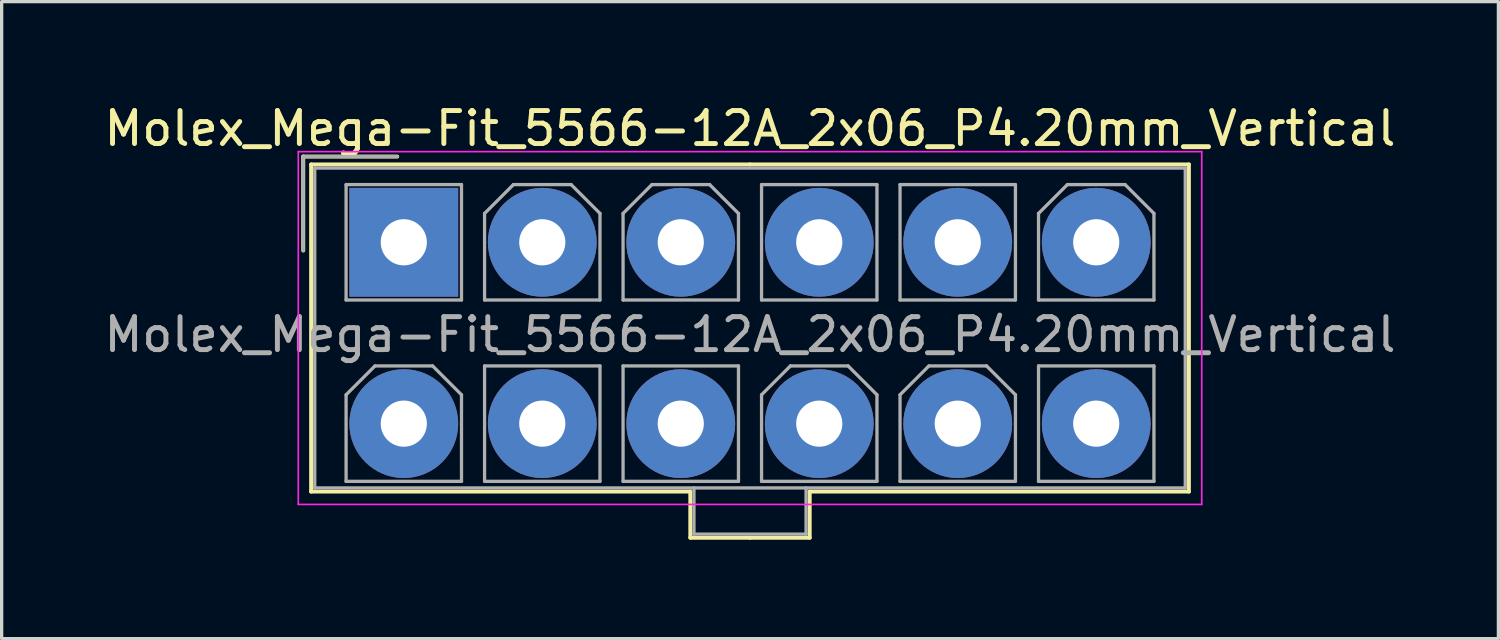
<source format=kicad_pcb>
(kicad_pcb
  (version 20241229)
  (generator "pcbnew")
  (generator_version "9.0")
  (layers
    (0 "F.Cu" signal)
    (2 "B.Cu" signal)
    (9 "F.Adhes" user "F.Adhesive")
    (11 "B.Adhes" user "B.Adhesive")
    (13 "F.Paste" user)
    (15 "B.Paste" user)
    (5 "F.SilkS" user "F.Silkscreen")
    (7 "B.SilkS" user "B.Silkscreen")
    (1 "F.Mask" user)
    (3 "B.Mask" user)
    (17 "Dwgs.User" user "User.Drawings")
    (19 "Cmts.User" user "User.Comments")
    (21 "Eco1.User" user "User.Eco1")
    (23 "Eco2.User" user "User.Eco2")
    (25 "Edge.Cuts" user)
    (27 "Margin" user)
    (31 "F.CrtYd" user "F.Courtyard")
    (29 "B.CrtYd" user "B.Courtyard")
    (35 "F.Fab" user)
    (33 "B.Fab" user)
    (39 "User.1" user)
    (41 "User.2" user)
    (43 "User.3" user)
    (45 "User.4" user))
  (footprint "Molex_Mega-Fit_5566-12A_2x06_P4.20mm_Vertical"
    (layer "F.Cu")
    (at 9.196 4.298)
    (property "Reference" "Molex_Mega-Fit_5566-12A_2x06_P4.20mm_Vertical" (at 10.5 -3.45 0) (layer "F.SilkS") (effects (font (size 1 1) (thickness 0.15))))
    (attr through_hole)
    (fp_line (start -3.05 -2.6) (end -3.05 0.25) (stroke (width 0.12) (type solid)) (layer "F.SilkS"))
    (fp_line (start -2.81 -2.36) (end -2.81 7.56) (stroke (width 0.12) (type solid)) (layer "F.SilkS"))
    (fp_line (start -2.81 7.56) (end 8.69 7.56) (stroke (width 0.12) (type solid)) (layer "F.SilkS"))
    (fp_line (start -0.2 -2.6) (end -3.05 -2.6) (stroke (width 0.12) (type solid)) (layer "F.SilkS"))
    (fp_line (start 8.69 7.56) (end 8.69 8.96) (stroke (width 0.12) (type solid)) (layer "F.SilkS"))
    (fp_line (start 8.69 8.96) (end 10.5 8.96) (stroke (width 0.12) (type solid)) (layer "F.SilkS"))
    (fp_line (start 10.5 -2.36) (end -2.81 -2.36) (stroke (width 0.12) (type solid)) (layer "F.SilkS"))
    (fp_line (start 10.5 -2.36) (end 23.81 -2.36) (stroke (width 0.12) (type solid)) (layer "F.SilkS"))
    (fp_line (start 12.31 7.56) (end 12.31 8.96) (stroke (width 0.12) (type solid)) (layer "F.SilkS"))
    (fp_line (start 12.31 8.96) (end 10.5 8.96) (stroke (width 0.12) (type solid)) (layer "F.SilkS"))
    (fp_line (start 23.81 -2.36) (end 23.81 7.56) (stroke (width 0.12) (type solid)) (layer "F.SilkS"))
    (fp_line (start 23.81 7.56) (end 12.31 7.56) (stroke (width 0.12) (type solid)) (layer "F.SilkS"))
    (fp_line (start -3.2 -2.75) (end -3.2 7.95) (stroke (width 0.05) (type solid)) (layer "F.CrtYd"))
    (fp_line (start -3.2 7.95) (end 24.2 7.95) (stroke (width 0.05) (type solid)) (layer "F.CrtYd"))
    (fp_line (start 24.2 -2.75) (end -3.2 -2.75) (stroke (width 0.05) (type solid)) (layer "F.CrtYd"))
    (fp_line (start 24.2 7.95) (end 24.2 -2.75) (stroke (width 0.05) (type solid)) (layer "F.CrtYd"))
    (fp_line (start -3.05 -2.6) (end -3.05 0.25) (stroke (width 0.1) (type solid)) (layer "F.Fab"))
    (fp_line (start -2.7 -2.25) (end -2.7 7.45) (stroke (width 0.1) (type solid)) (layer "F.Fab"))
    (fp_line (start -2.7 7.45) (end 23.7 7.45) (stroke (width 0.1) (type solid)) (layer "F.Fab"))
    (fp_line (start -1.75 -1.75) (end -1.75 1.75) (stroke (width 0.1) (type solid)) (layer "F.Fab"))
    (fp_line (start -1.75 1.75) (end 1.75 1.75) (stroke (width 0.1) (type solid)) (layer "F.Fab"))
    (fp_line (start -1.75 4.625) (end -0.875 3.75) (stroke (width 0.1) (type solid)) (layer "F.Fab"))
    (fp_line (start -1.75 7.25) (end -1.75 4.625) (stroke (width 0.1) (type solid)) (layer "F.Fab"))
    (fp_line (start -0.875 3.75) (end 0.875 3.75) (stroke (width 0.1) (type solid)) (layer "F.Fab"))
    (fp_line (start -0.2 -2.6) (end -3.05 -2.6) (stroke (width 0.1) (type solid)) (layer "F.Fab"))
    (fp_line (start 0.875 3.75) (end 1.75 4.625) (stroke (width 0.1) (type solid)) (layer "F.Fab"))
    (fp_line (start 1.75 -1.75) (end -1.75 -1.75) (stroke (width 0.1) (type solid)) (layer "F.Fab"))
    (fp_line (start 1.75 1.75) (end 1.75 -1.75) (stroke (width 0.1) (type solid)) (layer "F.Fab"))
    (fp_line (start 1.75 4.625) (end 1.75 7.25) (stroke (width 0.1) (type solid)) (layer "F.Fab"))
    (fp_line (start 1.75 7.25) (end -1.75 7.25) (stroke (width 0.1) (type solid)) (layer "F.Fab"))
    (fp_line (start 2.45 -0.875) (end 3.325 -1.75) (stroke (width 0.1) (type solid)) (layer "F.Fab"))
    (fp_line (start 2.45 1.75) (end 2.45 -0.875) (stroke (width 0.1) (type solid)) (layer "F.Fab"))
    (fp_line (start 2.45 3.75) (end 2.45 7.25) (stroke (width 0.1) (type solid)) (layer "F.Fab"))
    (fp_line (start 2.45 7.25) (end 5.95 7.25) (stroke (width 0.1) (type solid)) (layer "F.Fab"))
    (fp_line (start 3.325 -1.75) (end 5.075 -1.75) (stroke (width 0.1) (type solid)) (layer "F.Fab"))
    (fp_line (start 5.075 -1.75) (end 5.95 -0.875) (stroke (width 0.1) (type solid)) (layer "F.Fab"))
    (fp_line (start 5.95 -0.875) (end 5.95 1.75) (stroke (width 0.1) (type solid)) (layer "F.Fab"))
    (fp_line (start 5.95 1.75) (end 2.45 1.75) (stroke (width 0.1) (type solid)) (layer "F.Fab"))
    (fp_line (start 5.95 3.75) (end 2.45 3.75) (stroke (width 0.1) (type solid)) (layer "F.Fab"))
    (fp_line (start 5.95 7.25) (end 5.95 3.75) (stroke (width 0.1) (type solid)) (layer "F.Fab"))
    (fp_line (start 6.65 -0.875) (end 7.525 -1.75) (stroke (width 0.1) (type solid)) (layer "F.Fab"))
    (fp_line (start 6.65 1.75) (end 6.65 -0.875) (stroke (width 0.1) (type solid)) (layer "F.Fab"))
    (fp_line (start 6.65 3.75) (end 6.65 7.25) (stroke (width 0.1) (type solid)) (layer "F.Fab"))
    (fp_line (start 6.65 7.25) (end 10.15 7.25) (stroke (width 0.1) (type solid)) (layer "F.Fab"))
    (fp_line (start 7.525 -1.75) (end 9.275 -1.75) (stroke (width 0.1) (type solid)) (layer "F.Fab"))
    (fp_line (start 8.8 7.45) (end 8.8 8.85) (stroke (width 0.1) (type solid)) (layer "F.Fab"))
    (fp_line (start 8.8 8.85) (end 12.2 8.85) (stroke (width 0.1) (type solid)) (layer "F.Fab"))
    (fp_line (start 9.275 -1.75) (end 10.15 -0.875) (stroke (width 0.1) (type solid)) (layer "F.Fab"))
    (fp_line (start 10.15 -0.875) (end 10.15 1.75) (stroke (width 0.1) (type solid)) (layer "F.Fab"))
    (fp_line (start 10.15 1.75) (end 6.65 1.75) (stroke (width 0.1) (type solid)) (layer "F.Fab"))
    (fp_line (start 10.15 3.75) (end 6.65 3.75) (stroke (width 0.1) (type solid)) (layer "F.Fab"))
    (fp_line (start 10.15 7.25) (end 10.15 3.75) (stroke (width 0.1) (type solid)) (layer "F.Fab"))
    (fp_line (start 10.85 -1.75) (end 10.85 1.75) (stroke (width 0.1) (type solid)) (layer "F.Fab"))
    (fp_line (start 10.85 1.75) (end 14.35 1.75) (stroke (width 0.1) (type solid)) (layer "F.Fab"))
    (fp_line (start 10.85 4.625) (end 11.725 3.75) (stroke (width 0.1) (type solid)) (layer "F.Fab"))
    (fp_line (start 10.85 7.25) (end 10.85 4.625) (stroke (width 0.1) (type solid)) (layer "F.Fab"))
    (fp_line (start 11.725 3.75) (end 13.475 3.75) (stroke (width 0.1) (type solid)) (layer "F.Fab"))
    (fp_line (start 12.2 8.85) (end 12.2 7.45) (stroke (width 0.1) (type solid)) (layer "F.Fab"))
    (fp_line (start 13.475 3.75) (end 14.35 4.625) (stroke (width 0.1) (type solid)) (layer "F.Fab"))
    (fp_line (start 14.35 -1.75) (end 10.85 -1.75) (stroke (width 0.1) (type solid)) (layer "F.Fab"))
    (fp_line (start 14.35 1.75) (end 14.35 -1.75) (stroke (width 0.1) (type solid)) (layer "F.Fab"))
    (fp_line (start 14.35 4.625) (end 14.35 7.25) (stroke (width 0.1) (type solid)) (layer "F.Fab"))
    (fp_line (start 14.35 7.25) (end 10.85 7.25) (stroke (width 0.1) (type solid)) (layer "F.Fab"))
    (fp_line (start 15.05 -1.75) (end 15.05 1.75) (stroke (width 0.1) (type solid)) (layer "F.Fab"))
    (fp_line (start 15.05 1.75) (end 18.55 1.75) (stroke (width 0.1) (type solid)) (layer "F.Fab"))
    (fp_line (start 15.05 4.625) (end 15.925 3.75) (stroke (width 0.1) (type solid)) (layer "F.Fab"))
    (fp_line (start 15.05 7.25) (end 15.05 4.625) (stroke (width 0.1) (type solid)) (layer "F.Fab"))
    (fp_line (start 15.925 3.75) (end 17.675 3.75) (stroke (width 0.1) (type solid)) (layer "F.Fab"))
    (fp_line (start 17.675 3.75) (end 18.55 4.625) (stroke (width 0.1) (type solid)) (layer "F.Fab"))
    (fp_line (start 18.55 -1.75) (end 15.05 -1.75) (stroke (width 0.1) (type solid)) (layer "F.Fab"))
    (fp_line (start 18.55 1.75) (end 18.55 -1.75) (stroke (width 0.1) (type solid)) (layer "F.Fab"))
    (fp_line (start 18.55 4.625) (end 18.55 7.25) (stroke (width 0.1) (type solid)) (layer "F.Fab"))
    (fp_line (start 18.55 7.25) (end 15.05 7.25) (stroke (width 0.1) (type solid)) (layer "F.Fab"))
    (fp_line (start 19.25 -0.875) (end 20.125 -1.75) (stroke (width 0.1) (type solid)) (layer "F.Fab"))
    (fp_line (start 19.25 1.75) (end 19.25 -0.875) (stroke (width 0.1) (type solid)) (layer "F.Fab"))
    (fp_line (start 19.25 3.75) (end 19.25 7.25) (stroke (width 0.1) (type solid)) (layer "F.Fab"))
    (fp_line (start 19.25 7.25) (end 22.75 7.25) (stroke (width 0.1) (type solid)) (layer "F.Fab"))
    (fp_line (start 20.125 -1.75) (end 21.875 -1.75) (stroke (width 0.1) (type solid)) (layer "F.Fab"))
    (fp_line (start 21.875 -1.75) (end 22.75 -0.875) (stroke (width 0.1) (type solid)) (layer "F.Fab"))
    (fp_line (start 22.75 -0.875) (end 22.75 1.75) (stroke (width 0.1) (type solid)) (layer "F.Fab"))
    (fp_line (start 22.75 1.75) (end 19.25 1.75) (stroke (width 0.1) (type solid)) (layer "F.Fab"))
    (fp_line (start 22.75 3.75) (end 19.25 3.75) (stroke (width 0.1) (type solid)) (layer "F.Fab"))
    (fp_line (start 22.75 7.25) (end 22.75 3.75) (stroke (width 0.1) (type solid)) (layer "F.Fab"))
    (fp_line (start 23.7 -2.25) (end -2.7 -2.25) (stroke (width 0.1) (type solid)) (layer "F.Fab"))
    (fp_line (start 23.7 7.45) (end 23.7 -2.25) (stroke (width 0.1) (type solid)) (layer "F.Fab"))
    (fp_text user "${REFERENCE}" (at 10.5 2.8 0) (layer "F.Fab") (effects (font (size 1 1) (thickness 0.15))))
    (pad "1" thru_hole rect (at 0 0) (size 3.3 3.3) (drill 1.4) (layers "*.Cu" "*.Mask"))
    (pad "2" thru_hole circle (at 4.2 0) (size 3.3 3.3) (drill 1.4) (layers "*.Cu" "*.Mask"))
    (pad "3" thru_hole circle (at 8.4 0) (size 3.3 3.3) (drill 1.4) (layers "*.Cu" "*.Mask"))
    (pad "4" thru_hole circle (at 12.6 0) (size 3.3 3.3) (drill 1.4) (layers "*.Cu" "*.Mask"))
    (pad "5" thru_hole circle (at 16.8 0) (size 3.3 3.3) (drill 1.4) (layers "*.Cu" "*.Mask"))
    (pad "6" thru_hole circle (at 21 0) (size 3.3 3.3) (drill 1.4) (layers "*.Cu" "*.Mask"))
    (pad "7" thru_hole circle (at 0 5.5) (size 3.3 3.3) (drill 1.4) (layers "*.Cu" "*.Mask"))
    (pad "8" thru_hole circle (at 4.2 5.5) (size 3.3 3.3) (drill 1.4) (layers "*.Cu" "*.Mask"))
    (pad "9" thru_hole circle (at 8.4 5.5) (size 3.3 3.3) (drill 1.4) (layers "*.Cu" "*.Mask"))
    (pad "10" thru_hole circle (at 12.6 5.5) (size 3.3 3.3) (drill 1.4) (layers "*.Cu" "*.Mask"))
    (pad "11" thru_hole circle (at 16.8 5.5) (size 3.3 3.3) (drill 1.4) (layers "*.Cu" "*.Mask"))
    (pad "12" thru_hole circle (at 21 5.5) (size 3.3 3.3) (drill 1.4) (layers "*.Cu" "*.Mask")))
  (gr_rect
    (start -3 -3)
    (end 42.393 16.318)
    (stroke (width 0.1) (type default))
    (fill no)
    (layer "Edge.Cuts")))
</source>
